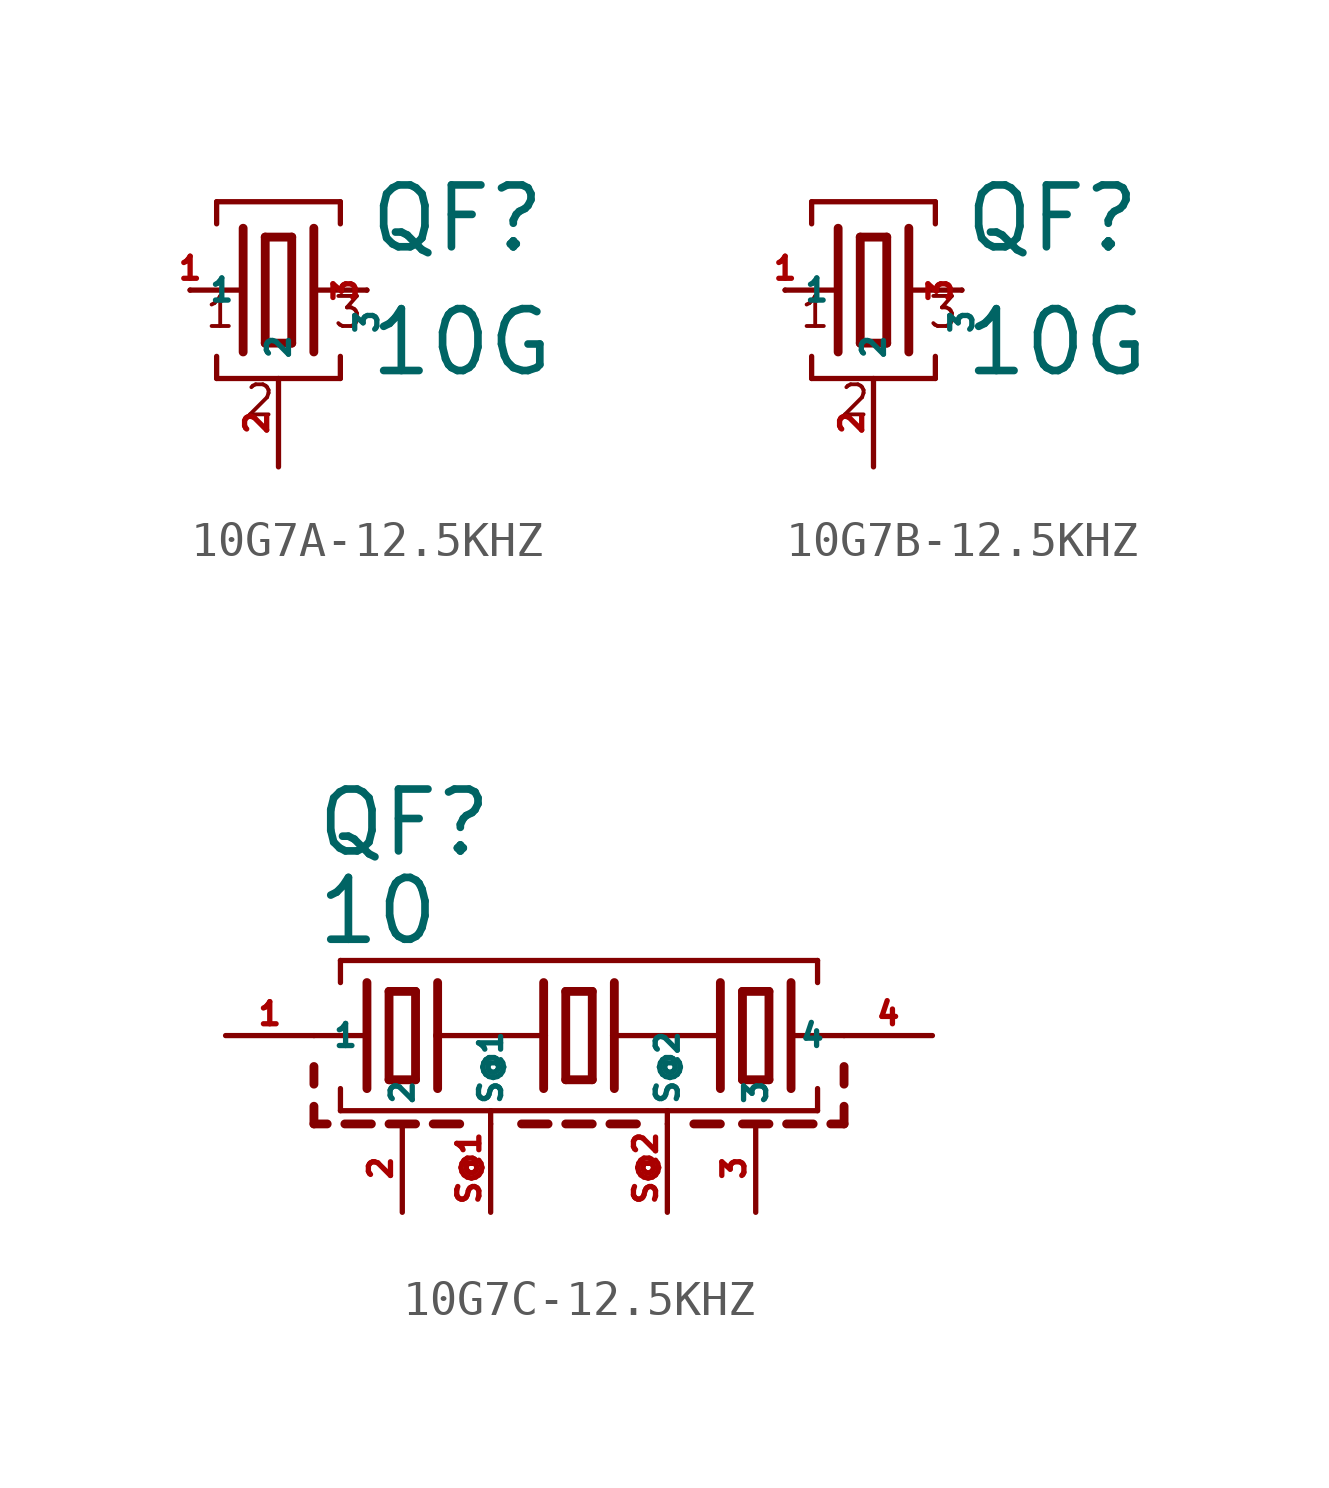
<source format=kicad_sym>
(kicad_symbol_lib
  (version 20220914)
  (generator Eagle2Kicad)
  (symbol "10G7A-12.5KHZ"
    (property "Reference" "QF"
      (at 2.54 1.016 0)
      (effects (font (size 1.778 1.778) (thickness 0.22)) (justify left bottom)))
    (property "Value" "10G"
      (at 2.54 -2.54 0)
      (effects (font (size 1.778 1.778) (thickness 0.22)) (justify left bottom)))
    (polyline
      (pts (xy 1.016 0) (xy 2.54 0))
      (stroke (width 0.152) (type default))
      (fill (type none)))
    (polyline
      (pts (xy -2.54 0) (xy -1.016 0))
      (stroke (width 0.152) (type default))
      (fill (type none)))
    (polyline
      (pts (xy -0.381 1.524) (xy -0.381 -1.524))
      (stroke (width 0.254) (type default))
      (fill (type none)))
    (polyline
      (pts (xy -0.381 -1.524) (xy 0.381 -1.524))
      (stroke (width 0.254) (type default))
      (fill (type none)))
    (polyline
      (pts (xy 0.381 -1.524) (xy 0.381 1.524))
      (stroke (width 0.254) (type default))
      (fill (type none)))
    (polyline
      (pts (xy 0.381 1.524) (xy -0.381 1.524))
      (stroke (width 0.254) (type default))
      (fill (type none)))
    (polyline
      (pts (xy 1.016 1.778) (xy 1.016 -1.778))
      (stroke (width 0.254) (type default))
      (fill (type none)))
    (polyline
      (pts (xy -1.016 1.778) (xy -1.016 -1.778))
      (stroke (width 0.254) (type default))
      (fill (type none)))
    (polyline
      (pts (xy -1.778 1.905) (xy -1.778 2.54))
      (stroke (width 0.152) (type default))
      (fill (type none)))
    (polyline
      (pts (xy -1.778 2.54) (xy 1.778 2.54))
      (stroke (width 0.152) (type default))
      (fill (type none)))
    (polyline
      (pts (xy 1.778 2.54) (xy 1.778 1.905))
      (stroke (width 0.152) (type default))
      (fill (type none)))
    (polyline
      (pts (xy 1.778 -1.905) (xy 1.778 -2.54))
      (stroke (width 0.152) (type default))
      (fill (type none)))
    (polyline
      (pts (xy -1.778 -2.54) (xy 1.778 -2.54))
      (stroke (width 0.152) (type default))
      (fill (type none)))
    (polyline
      (pts (xy -1.778 -2.54) (xy -1.778 -1.905))
      (stroke (width 0.152) (type default))
      (fill (type none)))
    (text "1"
      (at -2.159 -1.143 0)
      (effects (font (size 0.864 0.864) (thickness 0.11)) (justify left bottom)))
    (text "2"
      (at -1.016 -3.683 0)
      (effects (font (size 0.864 0.864) (thickness 0.11)) (justify left bottom)))
    (text "3"
      (at 1.524 -1.143 0)
      (effects (font (size 0.864 0.864) (thickness 0.11)) (justify left bottom)))
    (pin passive line
      (at 2.54 0 270)
      (length 0)
      (name "3" (effects (font (size 0.635 0.635) (thickness 0.08)) (justify left bottom)))
      (number "3" (effects (font (size 0.635 0.635) (thickness 0.08)) (justify left bottom))))
    (pin passive line
      (at -2.54 0 0)
      (length 0)
      (name "1" (effects (font (size 0.635 0.635) (thickness 0.08)) (justify left bottom)))
      (number "1" (effects (font (size 0.635 0.635) (thickness 0.08)) (justify left bottom))))
    (pin passive line
      (at 0 -5.08 90)
      (length 2.54)
      (name "2" (effects (font (size 0.635 0.635) (thickness 0.08)) (justify left bottom)))
      (number "2" (effects (font (size 0.635 0.635) (thickness 0.08)) (justify left bottom)))))
  (symbol "10G7B-12.5KHZ"
    (property "Reference" "QF"
      (at 2.54 1.016 0)
      (effects (font (size 1.778 1.778) (thickness 0.22)) (justify left bottom)))
    (property "Value" "10G"
      (at 2.54 -2.54 0)
      (effects (font (size 1.778 1.778) (thickness 0.22)) (justify left bottom)))
    (polyline
      (pts (xy 1.016 0) (xy 2.54 0))
      (stroke (width 0.152) (type default))
      (fill (type none)))
    (polyline
      (pts (xy -2.54 0) (xy -1.016 0))
      (stroke (width 0.152) (type default))
      (fill (type none)))
    (polyline
      (pts (xy -0.381 1.524) (xy -0.381 -1.524))
      (stroke (width 0.254) (type default))
      (fill (type none)))
    (polyline
      (pts (xy -0.381 -1.524) (xy 0.381 -1.524))
      (stroke (width 0.254) (type default))
      (fill (type none)))
    (polyline
      (pts (xy 0.381 -1.524) (xy 0.381 1.524))
      (stroke (width 0.254) (type default))
      (fill (type none)))
    (polyline
      (pts (xy 0.381 1.524) (xy -0.381 1.524))
      (stroke (width 0.254) (type default))
      (fill (type none)))
    (polyline
      (pts (xy 1.016 1.778) (xy 1.016 -1.778))
      (stroke (width 0.254) (type default))
      (fill (type none)))
    (polyline
      (pts (xy -1.016 1.778) (xy -1.016 -1.778))
      (stroke (width 0.254) (type default))
      (fill (type none)))
    (polyline
      (pts (xy -1.778 1.905) (xy -1.778 2.54))
      (stroke (width 0.152) (type default))
      (fill (type none)))
    (polyline
      (pts (xy -1.778 2.54) (xy 1.778 2.54))
      (stroke (width 0.152) (type default))
      (fill (type none)))
    (polyline
      (pts (xy 1.778 2.54) (xy 1.778 1.905))
      (stroke (width 0.152) (type default))
      (fill (type none)))
    (polyline
      (pts (xy 1.778 -1.905) (xy 1.778 -2.54))
      (stroke (width 0.152) (type default))
      (fill (type none)))
    (polyline
      (pts (xy -1.778 -2.54) (xy 1.778 -2.54))
      (stroke (width 0.152) (type default))
      (fill (type none)))
    (polyline
      (pts (xy -1.778 -2.54) (xy -1.778 -1.905))
      (stroke (width 0.152) (type default))
      (fill (type none)))
    (text "1"
      (at -2.159 -1.143 0)
      (effects (font (size 0.864 0.864) (thickness 0.11)) (justify left bottom)))
    (text "2"
      (at -1.016 -3.683 0)
      (effects (font (size 0.864 0.864) (thickness 0.11)) (justify left bottom)))
    (text "3"
      (at 1.524 -1.143 0)
      (effects (font (size 0.864 0.864) (thickness 0.11)) (justify left bottom)))
    (pin passive line
      (at 2.54 0 270)
      (length 0)
      (name "3" (effects (font (size 0.635 0.635) (thickness 0.08)) (justify left bottom)))
      (number "3" (effects (font (size 0.635 0.635) (thickness 0.08)) (justify left bottom))))
    (pin passive line
      (at -2.54 0 0)
      (length 0)
      (name "1" (effects (font (size 0.635 0.635) (thickness 0.08)) (justify left bottom)))
      (number "1" (effects (font (size 0.635 0.635) (thickness 0.08)) (justify left bottom))))
    (pin passive line
      (at 0 -5.08 90)
      (length 2.54)
      (name "2" (effects (font (size 0.635 0.635) (thickness 0.08)) (justify left bottom)))
      (number "2" (effects (font (size 0.635 0.635) (thickness 0.08)) (justify left bottom)))))
  (symbol "10G7C-12.5KHZ"
    (property "Reference" "QF"
      (at -7.62 5.08 0)
      (effects (font (size 1.778 1.778) (thickness 0.22)) (justify left bottom)))
    (property "Value" "10"
      (at -7.62 2.54 0)
      (effects (font (size 1.778 1.778) (thickness 0.22)) (justify left bottom)))
    (polyline
      (pts (xy 6.096 0) (xy 7.62 0))
      (stroke (width 0.152) (type default))
      (fill (type none)))
    (polyline
      (pts (xy -7.62 0) (xy -6.096 0))
      (stroke (width 0.152) (type default))
      (fill (type none)))
    (polyline
      (pts (xy -0.381 1.27) (xy -0.381 -1.27))
      (stroke (width 0.254) (type default))
      (fill (type none)))
    (polyline
      (pts (xy -0.381 -1.27) (xy 0.381 -1.27))
      (stroke (width 0.254) (type default))
      (fill (type none)))
    (polyline
      (pts (xy 0.381 -1.27) (xy 0.381 1.27))
      (stroke (width 0.254) (type default))
      (fill (type none)))
    (polyline
      (pts (xy 0.381 1.27) (xy -0.381 1.27))
      (stroke (width 0.254) (type default))
      (fill (type none)))
    (polyline
      (pts (xy 6.096 1.524) (xy 6.096 -1.524))
      (stroke (width 0.254) (type default))
      (fill (type none)))
    (polyline
      (pts (xy -6.096 1.524) (xy -6.096 -1.524))
      (stroke (width 0.254) (type default))
      (fill (type none)))
    (polyline
      (pts (xy -6.858 1.524) (xy -6.858 2.159))
      (stroke (width 0.152) (type default))
      (fill (type none)))
    (polyline
      (pts (xy -6.858 2.159) (xy 6.858 2.159))
      (stroke (width 0.152) (type default))
      (fill (type none)))
    (polyline
      (pts (xy 6.858 2.159) (xy 6.858 1.524))
      (stroke (width 0.152) (type default))
      (fill (type none)))
    (polyline
      (pts (xy 6.858 -1.524) (xy 6.858 -2.159))
      (stroke (width 0.152) (type default))
      (fill (type none)))
    (polyline
      (pts (xy -6.858 -2.159) (xy -2.54 -2.159))
      (stroke (width 0.152) (type default))
      (fill (type none)))
    (polyline
      (pts (xy -2.54 -2.159) (xy 2.54 -2.159))
      (stroke (width 0.152) (type default))
      (fill (type none)))
    (polyline
      (pts (xy 2.54 -2.159) (xy 6.858 -2.159))
      (stroke (width 0.152) (type default))
      (fill (type none)))
    (polyline
      (pts (xy -6.858 -2.159) (xy -6.858 -1.524))
      (stroke (width 0.152) (type default))
      (fill (type none)))
    (polyline
      (pts (xy -1.016 1.524) (xy -1.016 0))
      (stroke (width 0.254) (type default))
      (fill (type none)))
    (polyline
      (pts (xy -1.016 0) (xy -1.016 -1.524))
      (stroke (width 0.254) (type default))
      (fill (type none)))
    (polyline
      (pts (xy 1.016 1.524) (xy 1.016 0))
      (stroke (width 0.254) (type default))
      (fill (type none)))
    (polyline
      (pts (xy 1.016 0) (xy 1.016 -1.524))
      (stroke (width 0.254) (type default))
      (fill (type none)))
    (polyline
      (pts (xy -4.699 1.27) (xy -5.461 1.27))
      (stroke (width 0.254) (type default))
      (fill (type none)))
    (polyline
      (pts (xy -5.461 -1.27) (xy -4.699 -1.27))
      (stroke (width 0.254) (type default))
      (fill (type none)))
    (polyline
      (pts (xy -5.461 1.27) (xy -5.461 -1.27))
      (stroke (width 0.254) (type default))
      (fill (type none)))
    (polyline
      (pts (xy -4.699 -1.27) (xy -4.699 1.27))
      (stroke (width 0.254) (type default))
      (fill (type none)))
    (polyline
      (pts (xy 5.461 -1.27) (xy 5.461 1.27))
      (stroke (width 0.254) (type default))
      (fill (type none)))
    (polyline
      (pts (xy 4.699 1.27) (xy 4.699 -1.27))
      (stroke (width 0.254) (type default))
      (fill (type none)))
    (polyline
      (pts (xy 5.461 1.27) (xy 4.699 1.27))
      (stroke (width 0.254) (type default))
      (fill (type none)))
    (polyline
      (pts (xy 4.699 -1.27) (xy 5.461 -1.27))
      (stroke (width 0.254) (type default))
      (fill (type none)))
    (polyline
      (pts (xy 4.064 1.524) (xy 4.064 -1.524))
      (stroke (width 0.254) (type default))
      (fill (type none)))
    (polyline
      (pts (xy -4.064 1.524) (xy -4.064 0))
      (stroke (width 0.254) (type default))
      (fill (type none)))
    (polyline
      (pts (xy -4.064 0) (xy -4.064 -1.524))
      (stroke (width 0.254) (type default))
      (fill (type none)))
    (polyline
      (pts (xy -4.064 0) (xy -1.016 0))
      (stroke (width 0.152) (type default))
      (fill (type none)))
    (polyline
      (pts (xy 1.016 0) (xy 4.064 0))
      (stroke (width 0.152) (type default))
      (fill (type none)))
    (polyline
      (pts (xy -7.62 -2.032) (xy -7.62 -2.54))
      (stroke (width 0.254) (type default))
      (fill (type none)))
    (polyline
      (pts (xy -7.62 -2.54) (xy -7.239 -2.54))
      (stroke (width 0.254) (type default))
      (fill (type none)))
    (polyline
      (pts (xy -5.461 -2.54) (xy -4.699 -2.54))
      (stroke (width 0.254) (type default))
      (fill (type none)))
    (polyline
      (pts (xy -6.731 -2.54) (xy -5.969 -2.54))
      (stroke (width 0.254) (type default))
      (fill (type none)))
    (polyline
      (pts (xy 4.699 -2.54) (xy 5.461 -2.54))
      (stroke (width 0.254) (type default))
      (fill (type none)))
    (polyline
      (pts (xy -4.191 -2.54) (xy -3.429 -2.54))
      (stroke (width 0.254) (type default))
      (fill (type none)))
    (polyline
      (pts (xy -1.651 -2.54) (xy -0.889 -2.54))
      (stroke (width 0.254) (type default))
      (fill (type none)))
    (polyline
      (pts (xy -0.381 -2.54) (xy 0.381 -2.54))
      (stroke (width 0.254) (type default))
      (fill (type none)))
    (polyline
      (pts (xy 0.889 -2.54) (xy 1.651 -2.54))
      (stroke (width 0.254) (type default))
      (fill (type none)))
    (polyline
      (pts (xy 3.302 -2.54) (xy 4.064 -2.54))
      (stroke (width 0.254) (type default))
      (fill (type none)))
    (polyline
      (pts (xy -2.54 -2.54) (xy -2.54 -2.159))
      (stroke (width 0.152) (type default))
      (fill (type none)))
    (polyline
      (pts (xy 2.54 -2.54) (xy 2.54 -2.159))
      (stroke (width 0.152) (type default))
      (fill (type none)))
    (polyline
      (pts (xy 7.62 -2.54) (xy 7.239 -2.54))
      (stroke (width 0.254) (type default))
      (fill (type none)))
    (polyline
      (pts (xy 6.731 -2.54) (xy 5.969 -2.54))
      (stroke (width 0.254) (type default))
      (fill (type none)))
    (polyline
      (pts (xy 7.62 -2.032) (xy 7.62 -2.54))
      (stroke (width 0.254) (type default))
      (fill (type none)))
    (polyline
      (pts (xy -7.62 -0.889) (xy -7.62 -1.397))
      (stroke (width 0.254) (type default))
      (fill (type none)))
    (polyline
      (pts (xy 7.62 -0.889) (xy 7.62 -1.397))
      (stroke (width 0.254) (type default))
      (fill (type none)))
    (pin passive line
      (at 10.16 0 180)
      (length 2.54)
      (name "4" (effects (font (size 0.635 0.635) (thickness 0.08)) (justify left bottom)))
      (number "4" (effects (font (size 0.635 0.635) (thickness 0.08)) (justify left bottom))))
    (pin passive line
      (at -10.16 0 0)
      (length 2.54)
      (name "1" (effects (font (size 0.635 0.635) (thickness 0.08)) (justify left bottom)))
      (number "1" (effects (font (size 0.635 0.635) (thickness 0.08)) (justify left bottom))))
    (pin passive line
      (at -5.08 -5.08 90)
      (length 2.54)
      (name "2" (effects (font (size 0.635 0.635) (thickness 0.08)) (justify left bottom)))
      (number "2" (effects (font (size 0.635 0.635) (thickness 0.08)) (justify left bottom))))
    (pin passive line
      (at 5.08 -5.08 90)
      (length 2.54)
      (name "3" (effects (font (size 0.635 0.635) (thickness 0.08)) (justify left bottom)))
      (number "3" (effects (font (size 0.635 0.635) (thickness 0.08)) (justify left bottom))))
    (pin passive line
      (at -2.54 -5.08 90)
      (length 2.54)
      (name "S@1" (effects (font (size 0.635 0.635) (thickness 0.08)) (justify left bottom)))
      (number "S@1" (effects (font (size 0.635 0.635) (thickness 0.08)) (justify left bottom))))
    (pin passive line
      (at 2.54 -5.08 90)
      (length 2.54)
      (name "S@2" (effects (font (size 0.635 0.635) (thickness 0.08)) (justify left bottom)))
      (number "S@2" (effects (font (size 0.635 0.635) (thickness 0.08)) (justify left bottom))))))
</source>
